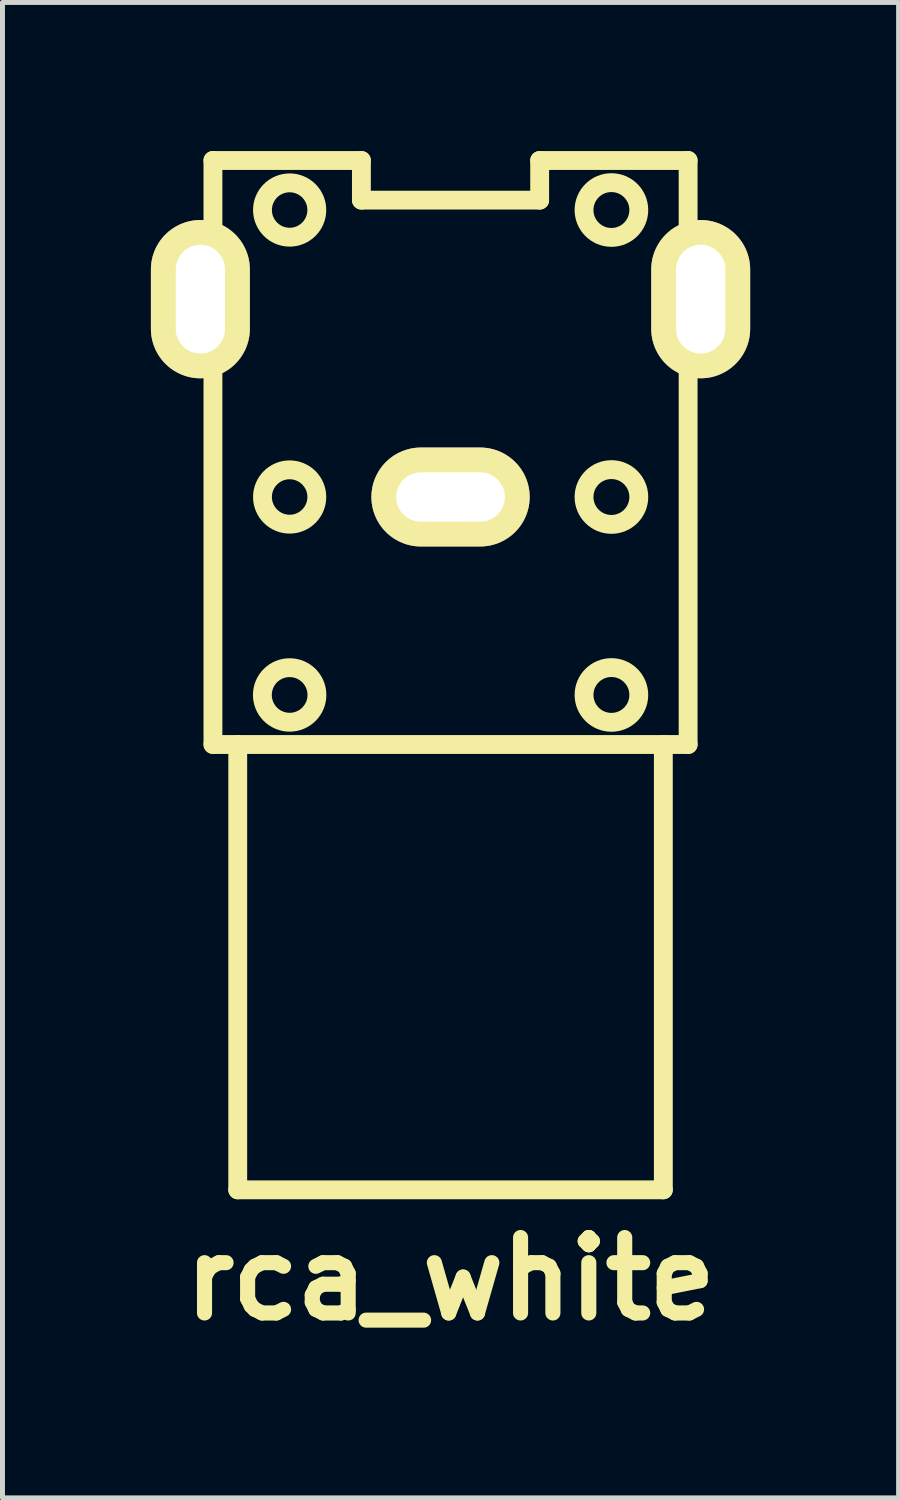
<source format=kicad_pcb>
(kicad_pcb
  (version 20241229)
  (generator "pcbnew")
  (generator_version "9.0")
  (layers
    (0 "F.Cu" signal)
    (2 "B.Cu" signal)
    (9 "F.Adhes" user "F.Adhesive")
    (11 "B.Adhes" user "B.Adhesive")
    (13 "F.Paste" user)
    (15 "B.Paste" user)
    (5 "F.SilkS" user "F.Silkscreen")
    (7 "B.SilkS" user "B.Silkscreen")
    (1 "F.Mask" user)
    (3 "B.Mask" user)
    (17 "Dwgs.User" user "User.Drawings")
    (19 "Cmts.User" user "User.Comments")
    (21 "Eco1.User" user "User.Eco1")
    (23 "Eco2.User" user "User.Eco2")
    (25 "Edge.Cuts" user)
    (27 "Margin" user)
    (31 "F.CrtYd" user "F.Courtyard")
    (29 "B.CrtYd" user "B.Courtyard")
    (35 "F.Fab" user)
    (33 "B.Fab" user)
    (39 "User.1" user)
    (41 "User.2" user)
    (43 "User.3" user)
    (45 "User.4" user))
  (footprint "rca_white"
    (layer "F.Cu")
    (at 6.054 6.993)
    (property "Reference" "rca_white" (at 0 15.799 0) (layer "F.SilkS") (effects (font (size 1.524 1.524) (thickness 0.305))))
    (attr through_hole)
    (fp_line (start -5.4 -4.9) (end -4.801 -4.9) (stroke (width 0.381) (type solid)) (layer "F.SilkS"))
    (fp_line (start -5.4 -3.099) (end -5.4 -4.9) (stroke (width 0.381) (type solid)) (layer "F.SilkS"))
    (fp_line (start -4.801 -6.8) (end -1.801 -6.8) (stroke (width 0.381) (type solid)) (layer "F.SilkS"))
    (fp_line (start -4.801 -3.099) (end -5.4 -3.099) (stroke (width 0.381) (type solid)) (layer "F.SilkS"))
    (fp_line (start -4.801 4.999) (end -4.801 -6.802) (stroke (width 0.381) (type solid)) (layer "F.SilkS"))
    (fp_line (start -4.3 5.001) (end -4.3 14) (stroke (width 0.381) (type solid)) (layer "F.SilkS"))
    (fp_line (start -4.3 14) (end 4.3 14) (stroke (width 0.381) (type solid)) (layer "F.SilkS"))
    (fp_line (start -1.801 -6.8) (end -1.801 -5.999) (stroke (width 0.381) (type solid)) (layer "F.SilkS"))
    (fp_line (start -1.801 -5.999) (end 1.801 -5.999) (stroke (width 0.381) (type solid)) (layer "F.SilkS"))
    (fp_line (start 1.801 -6.8) (end 4.801 -6.8) (stroke (width 0.381) (type solid)) (layer "F.SilkS"))
    (fp_line (start 1.801 -5.999) (end 1.801 -6.8) (stroke (width 0.381) (type solid)) (layer "F.SilkS"))
    (fp_line (start 4.3 14) (end 4.3 5.001) (stroke (width 0.381) (type solid)) (layer "F.SilkS"))
    (fp_line (start 4.801 -6.8) (end 4.801 5.001) (stroke (width 0.381) (type solid)) (layer "F.SilkS"))
    (fp_line (start 4.801 -4.9) (end 5.4 -4.9) (stroke (width 0.381) (type solid)) (layer "F.SilkS"))
    (fp_line (start 4.801 5.001) (end -4.801 5.001) (stroke (width 0.381) (type solid)) (layer "F.SilkS"))
    (fp_line (start 5.4 -4.9) (end 5.4 -3.099) (stroke (width 0.381) (type solid)) (layer "F.SilkS"))
    (fp_line (start 5.4 -3.099) (end 4.801 -3.099) (stroke (width 0.381) (type solid)) (layer "F.SilkS"))
    (fp_circle (center -3.251 -5.799) (end -3.8 -5.799) (stroke (width 0.381) (type solid)) (fill no) (layer "F.SilkS"))
    (fp_circle (center -3.251 0) (end -3.8 0) (stroke (width 0.381) (type solid)) (fill no) (layer "F.SilkS"))
    (fp_circle (center -3.251 4) (end -3.8 3.95) (stroke (width 0.381) (type solid)) (fill no) (layer "F.SilkS"))
    (fp_circle (center 3.251 -5.799) (end 2.7 -5.85) (stroke (width 0.381) (type solid)) (fill no) (layer "F.SilkS"))
    (fp_circle (center 3.251 0) (end 2.7 -0.051) (stroke (width 0.381) (type solid)) (fill no) (layer "F.SilkS"))
    (fp_circle (center 3.251 4) (end 2.7 4.049) (stroke (width 0.381) (type solid)) (fill no) (layer "F.SilkS"))
    (pad "1" thru_hole oval (at -5.055 -3.998) (size 1.999 3.198) (drill oval 0.996 2.197) (layers "*.Cu" "*.Mask" "F.SilkS"))
    (pad "1" thru_hole oval (at 5.055 -3.998) (size 1.999 3.198) (drill oval 0.996 2.197) (layers "*.Cu" "*.Mask" "F.SilkS"))
    (pad "2" thru_hole oval (at 0 0) (size 3.198 1.999) (drill oval 2.197 0.996) (layers "*.Cu" "*.Mask" "F.SilkS")))
  (gr_rect
    (start -3 -3)
    (end 15.108 27.218)
    (stroke (width 0.1) (type default))
    (fill no)
    (layer "Edge.Cuts")))
</source>
